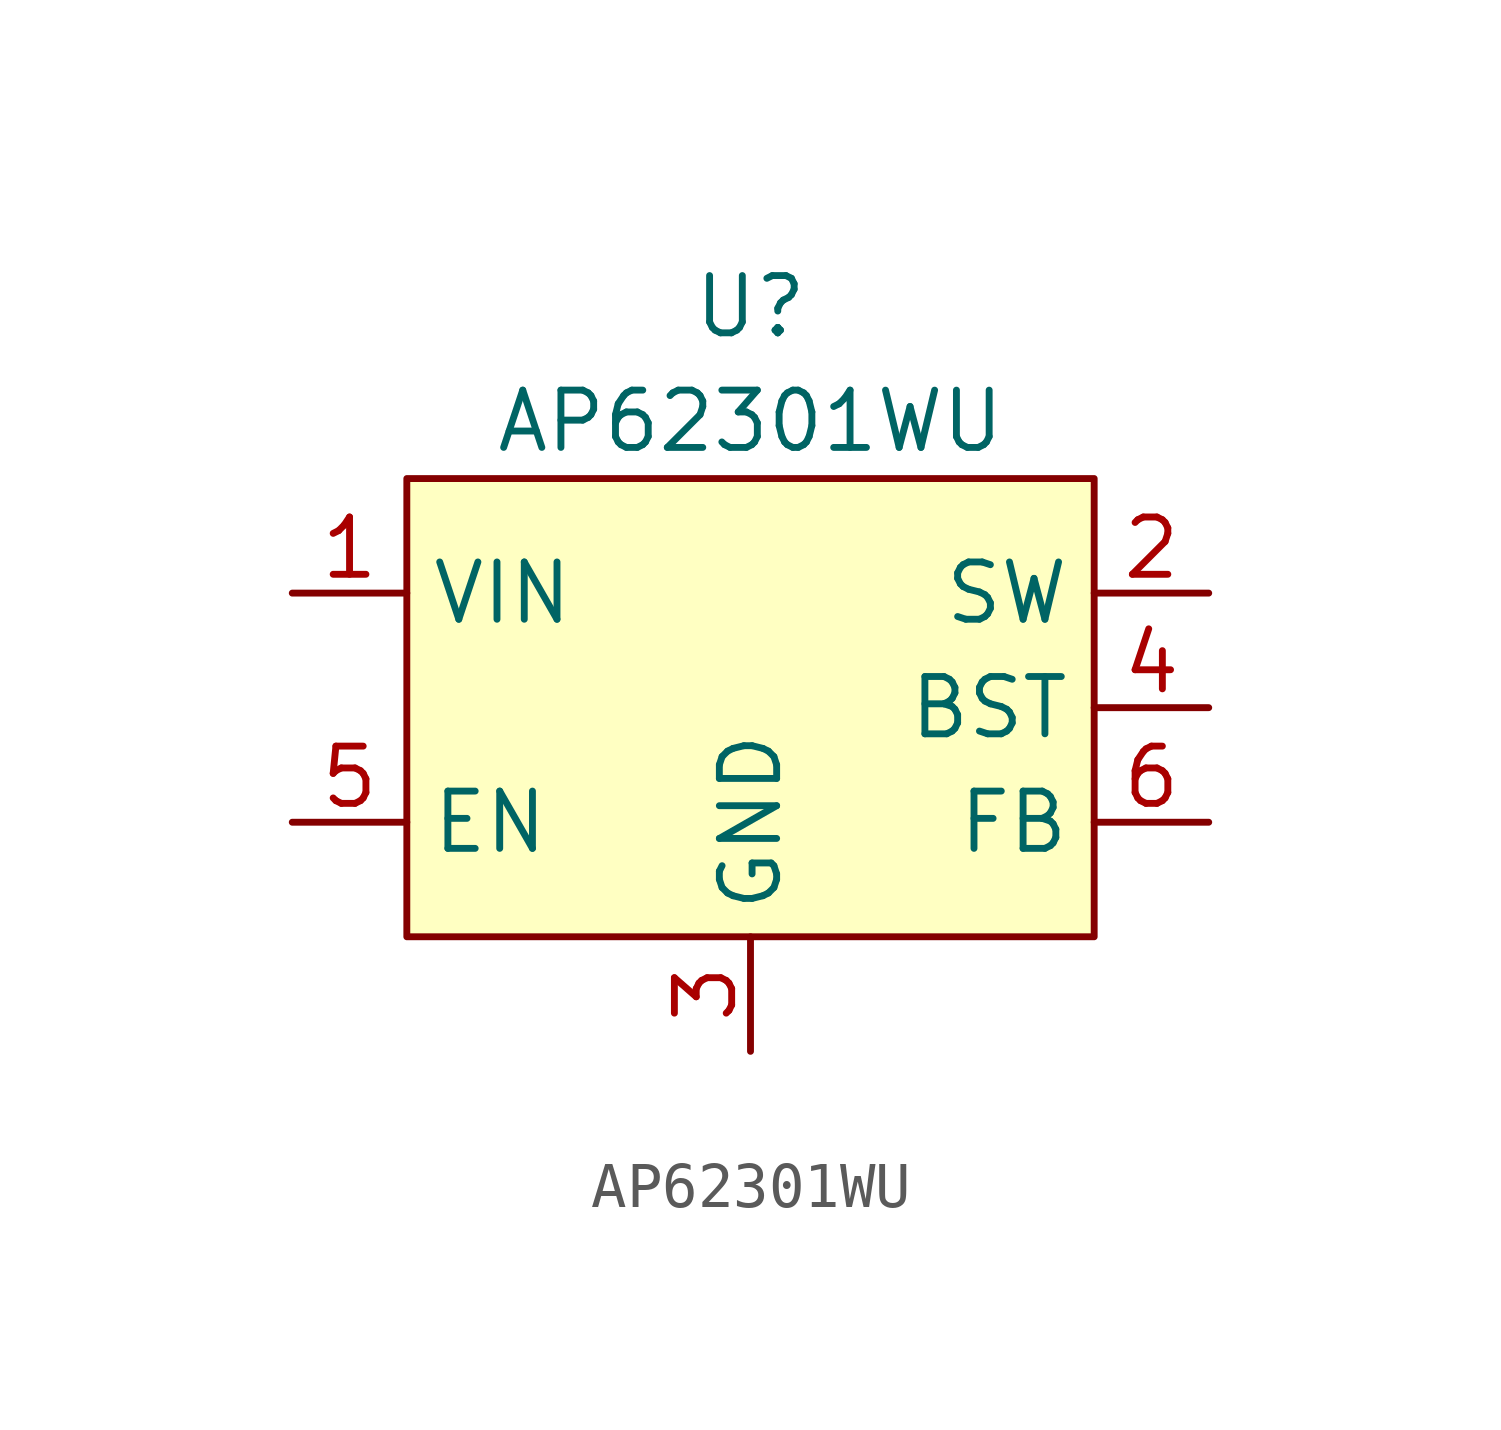
<source format=kicad_sym>
(kicad_symbol_lib
  (version 20220914)
  (generator kicad_symbol_editor)
  (symbol "AP62301WU"
    (property "Reference" "U"
      (at 0 8.89 0)
      (effects (font (size 1.27 1.27))))
    (property "Value" "AP62301WU"
      (at 0 6.35 0)
      (effects (font (size 1.27 1.27))))
    (symbol "AP62301WU_0_1"
      (rectangle (start -7.62 5.08) (end 7.62 -5.08) (stroke (width 0) (type default)) (fill (type background))))
    (symbol "AP62301WU_1_1"
      (pin power_in line (at -10.16 2.54 0) (length 2.54) (name "VIN" (effects (font (size 1.27 1.27)))) (number "1" (effects (font (size 1.27 1.27)))))
      (pin power_out line (at 10.16 2.54 180) (length 2.54) (name "SW" (effects (font (size 1.27 1.27)))) (number "2" (effects (font (size 1.27 1.27)))))
      (pin power_out line (at 0 -7.62 90) (length 2.54) (name "GND" (effects (font (size 1.27 1.27)))) (number "3" (effects (font (size 1.27 1.27)))))
      (pin passive line (at 10.16 0 180) (length 2.54) (name "BST" (effects (font (size 1.27 1.27)))) (number "4" (effects (font (size 1.27 1.27)))))
      (pin input line (at -10.16 -2.54 0) (length 2.54) (name "EN" (effects (font (size 1.27 1.27)))) (number "5" (effects (font (size 1.27 1.27)))))
      (pin input line (at 10.16 -2.54 180) (length 2.54) (name "FB" (effects (font (size 1.27 1.27)))) (number "6" (effects (font (size 1.27 1.27))))))))
</source>
